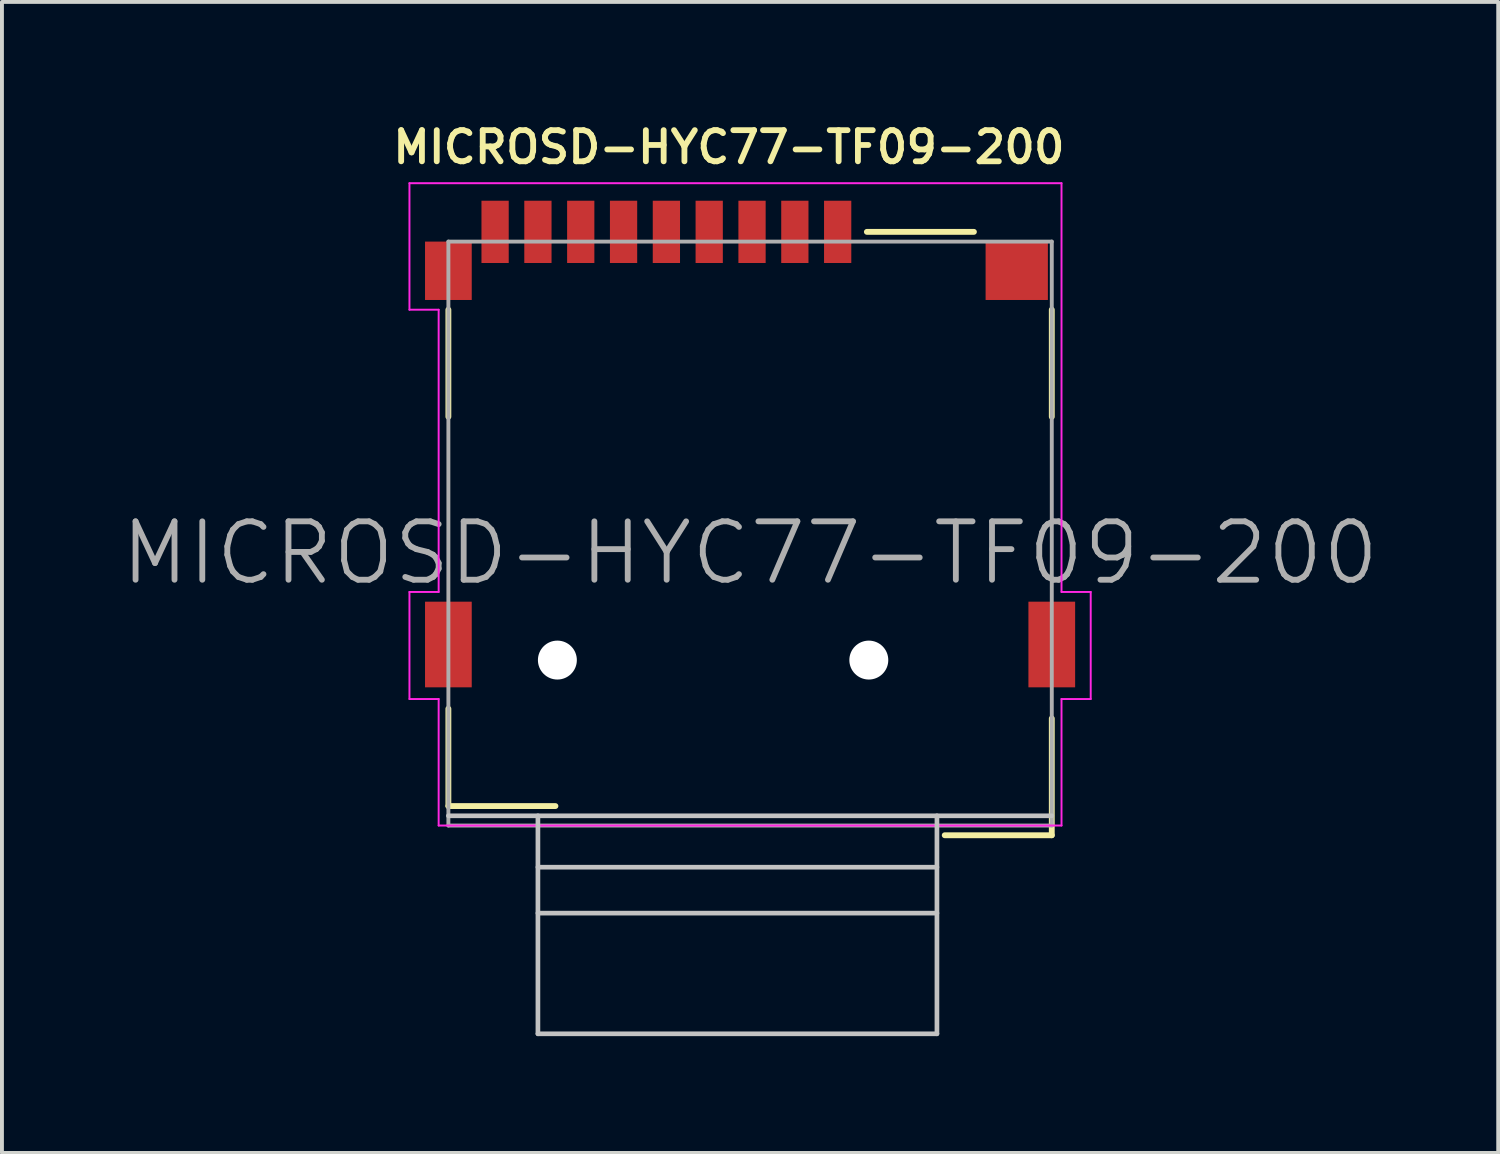
<source format=kicad_pcb>
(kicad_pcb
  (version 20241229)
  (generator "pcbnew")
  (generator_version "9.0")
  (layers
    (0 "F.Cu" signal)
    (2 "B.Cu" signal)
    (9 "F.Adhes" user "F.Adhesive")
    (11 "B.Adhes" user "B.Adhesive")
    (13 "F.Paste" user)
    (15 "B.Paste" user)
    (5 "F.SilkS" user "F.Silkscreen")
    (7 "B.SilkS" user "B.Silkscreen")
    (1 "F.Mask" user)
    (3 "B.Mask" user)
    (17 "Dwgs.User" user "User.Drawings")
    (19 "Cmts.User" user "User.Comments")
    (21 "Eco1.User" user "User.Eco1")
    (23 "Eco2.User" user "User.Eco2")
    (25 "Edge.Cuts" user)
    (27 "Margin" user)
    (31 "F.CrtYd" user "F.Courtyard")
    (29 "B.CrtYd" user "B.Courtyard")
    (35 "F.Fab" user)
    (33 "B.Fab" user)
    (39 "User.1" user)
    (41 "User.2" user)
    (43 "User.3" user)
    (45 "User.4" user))
  (footprint "MICROSD-HYC77-TF09-200"
    (layer "F.Cu")
    (at 16.218 10.656)
    (property "Reference" "MICROSD-HYC77-TF09-200" (at -0.544 -9.925 0) (layer "F.SilkS") (effects (font (size 0.8 0.8) (thickness 0.15))))
    (attr smd)
    (fp_line (start -7.75 -3) (end -7.75 -5.75) (stroke (width 0.15) (type solid)) (layer "F.SilkS"))
    (fp_line (start -7.75 4.5) (end -7.75 7) (stroke (width 0.15) (type solid)) (layer "F.SilkS"))
    (fp_line (start -7.75 7) (end -5 7) (stroke (width 0.15) (type solid)) (layer "F.SilkS"))
    (fp_line (start 3 -7.75) (end 5.75 -7.75) (stroke (width 0.15) (type solid)) (layer "F.SilkS"))
    (fp_line (start 5 7.75) (end 7.75 7.75) (stroke (width 0.15) (type solid)) (layer "F.SilkS"))
    (fp_line (start 7.75 -5.75) (end 7.75 -3) (stroke (width 0.15) (type solid)) (layer "F.SilkS"))
    (fp_line (start 7.75 7.75) (end 7.75 4.75) (stroke (width 0.15) (type solid)) (layer "F.SilkS"))
    (fp_line (start -5.45 12.85) (end -5.45 7.25) (stroke (width 0.12) (type solid)) (layer "Dwgs.User"))
    (fp_line (start 4.8 8.57) (end -5.45 8.57) (stroke (width 0.12) (type solid)) (layer "Dwgs.User"))
    (fp_line (start 4.8 9.75) (end -5.45 9.75) (stroke (width 0.12) (type solid)) (layer "Dwgs.User"))
    (fp_line (start 4.8 12.85) (end -5.45 12.85) (stroke (width 0.12) (type solid)) (layer "Dwgs.User"))
    (fp_line (start 4.8 12.85) (end 4.8 7.25) (stroke (width 0.12) (type solid)) (layer "Dwgs.User"))
    (fp_line (start 7.75 7.25) (end -7.75 7.25) (stroke (width 0.12) (type solid)) (layer "Dwgs.User"))
    (fp_line (start -8.75 -9) (end 8 -9) (stroke (width 0.05) (type solid)) (layer "F.CrtYd"))
    (fp_line (start -8.75 -5.75) (end -8.75 -9) (stroke (width 0.05) (type solid)) (layer "F.CrtYd"))
    (fp_line (start -8.75 1.5) (end -8 1.5) (stroke (width 0.05) (type solid)) (layer "F.CrtYd"))
    (fp_line (start -8.75 4.25) (end -8.75 1.5) (stroke (width 0.05) (type solid)) (layer "F.CrtYd"))
    (fp_line (start -8 -5.75) (end -8.75 -5.75) (stroke (width 0.05) (type solid)) (layer "F.CrtYd"))
    (fp_line (start -8 1.5) (end -8 -5.75) (stroke (width 0.05) (type solid)) (layer "F.CrtYd"))
    (fp_line (start -8 4.25) (end -8.75 4.25) (stroke (width 0.05) (type solid)) (layer "F.CrtYd"))
    (fp_line (start -8 7.5) (end -8 4.25) (stroke (width 0.05) (type solid)) (layer "F.CrtYd"))
    (fp_line (start 8 -9) (end 8 1.5) (stroke (width 0.05) (type solid)) (layer "F.CrtYd"))
    (fp_line (start 8 1.5) (end 8.75 1.5) (stroke (width 0.05) (type solid)) (layer "F.CrtYd"))
    (fp_line (start 8 4.25) (end 8 7.5) (stroke (width 0.05) (type solid)) (layer "F.CrtYd"))
    (fp_line (start 8 7.5) (end -8 7.5) (stroke (width 0.05) (type solid)) (layer "F.CrtYd"))
    (fp_line (start 8.75 1.5) (end 8.75 4.25) (stroke (width 0.05) (type solid)) (layer "F.CrtYd"))
    (fp_line (start 8.75 4.25) (end 8 4.25) (stroke (width 0.05) (type solid)) (layer "F.CrtYd"))
    (fp_line (start -7.75 -7.5) (end 7.75 -7.5) (stroke (width 0.1) (type solid)) (layer "F.Fab"))
    (fp_line (start -7.75 7.5) (end -7.75 -7.5) (stroke (width 0.1) (type solid)) (layer "F.Fab"))
    (fp_line (start 7.75 -7.5) (end 7.75 7.5) (stroke (width 0.1) (type solid)) (layer "F.Fab"))
    (fp_line (start 7.75 7.5) (end -7.75 7.5) (stroke (width 0.1) (type solid)) (layer "F.Fab"))
    (fp_text user "${REFERENCE}" (at 0 0.5 0) (layer "F.Fab") (effects (font (size 1.5 1.5) (thickness 0.15))))
    (pad "" np_thru_hole circle (at -4.95 3.25) (size 1 1) (drill 1) (layers "*.Cu" "*.Mask"))
    (pad "" np_thru_hole circle (at 3.05 3.25) (size 1 1) (drill 1) (layers "*.Cu" "*.Mask"))
    (pad "1" smd rect (at 2.25 -7.75) (size 0.7 1.6) (layers "F.Cu" "F.Mask" "F.Paste"))
    (pad "2" smd rect (at 1.15 -7.75) (size 0.7 1.6) (layers "F.Cu" "F.Mask" "F.Paste"))
    (pad "3" smd rect (at 0.05 -7.75) (size 0.7 1.6) (layers "F.Cu" "F.Mask" "F.Paste"))
    (pad "4" smd rect (at -1.05 -7.75) (size 0.7 1.6) (layers "F.Cu" "F.Mask" "F.Paste"))
    (pad "5" smd rect (at -2.15 -7.75) (size 0.7 1.6) (layers "F.Cu" "F.Mask" "F.Paste"))
    (pad "6" smd rect (at -3.25 -7.75) (size 0.7 1.6) (layers "F.Cu" "F.Mask" "F.Paste"))
    (pad "7" smd rect (at -4.35 -7.75) (size 0.7 1.6) (layers "F.Cu" "F.Mask" "F.Paste"))
    (pad "8" smd rect (at -5.45 -7.75) (size 0.7 1.6) (layers "F.Cu" "F.Mask" "F.Paste"))
    (pad "9" smd rect (at -6.55 -7.75) (size 0.7 1.6) (layers "F.Cu" "F.Mask" "F.Paste"))
    (pad "SHIELD" smd rect (at -7.75 -6.75) (size 1.2 1.5) (layers "F.Cu" "F.Mask" "F.Paste"))
    (pad "SHIELD" smd rect (at -7.75 2.85) (size 1.2 2.2) (layers "F.Cu" "F.Mask" "F.Paste"))
    (pad "SHIELD" smd rect (at 6.85 -6.75) (size 1.6 1.5) (layers "F.Cu" "F.Mask" "F.Paste"))
    (pad "SHIELD" smd rect (at 7.75 2.85) (size 1.2 2.2) (layers "F.Cu" "F.Mask" "F.Paste")))
  (gr_rect
    (start -3 -3)
    (end 35.436 26.566)
    (stroke (width 0.1) (type default))
    (fill no)
    (layer "Edge.Cuts")))
</source>
